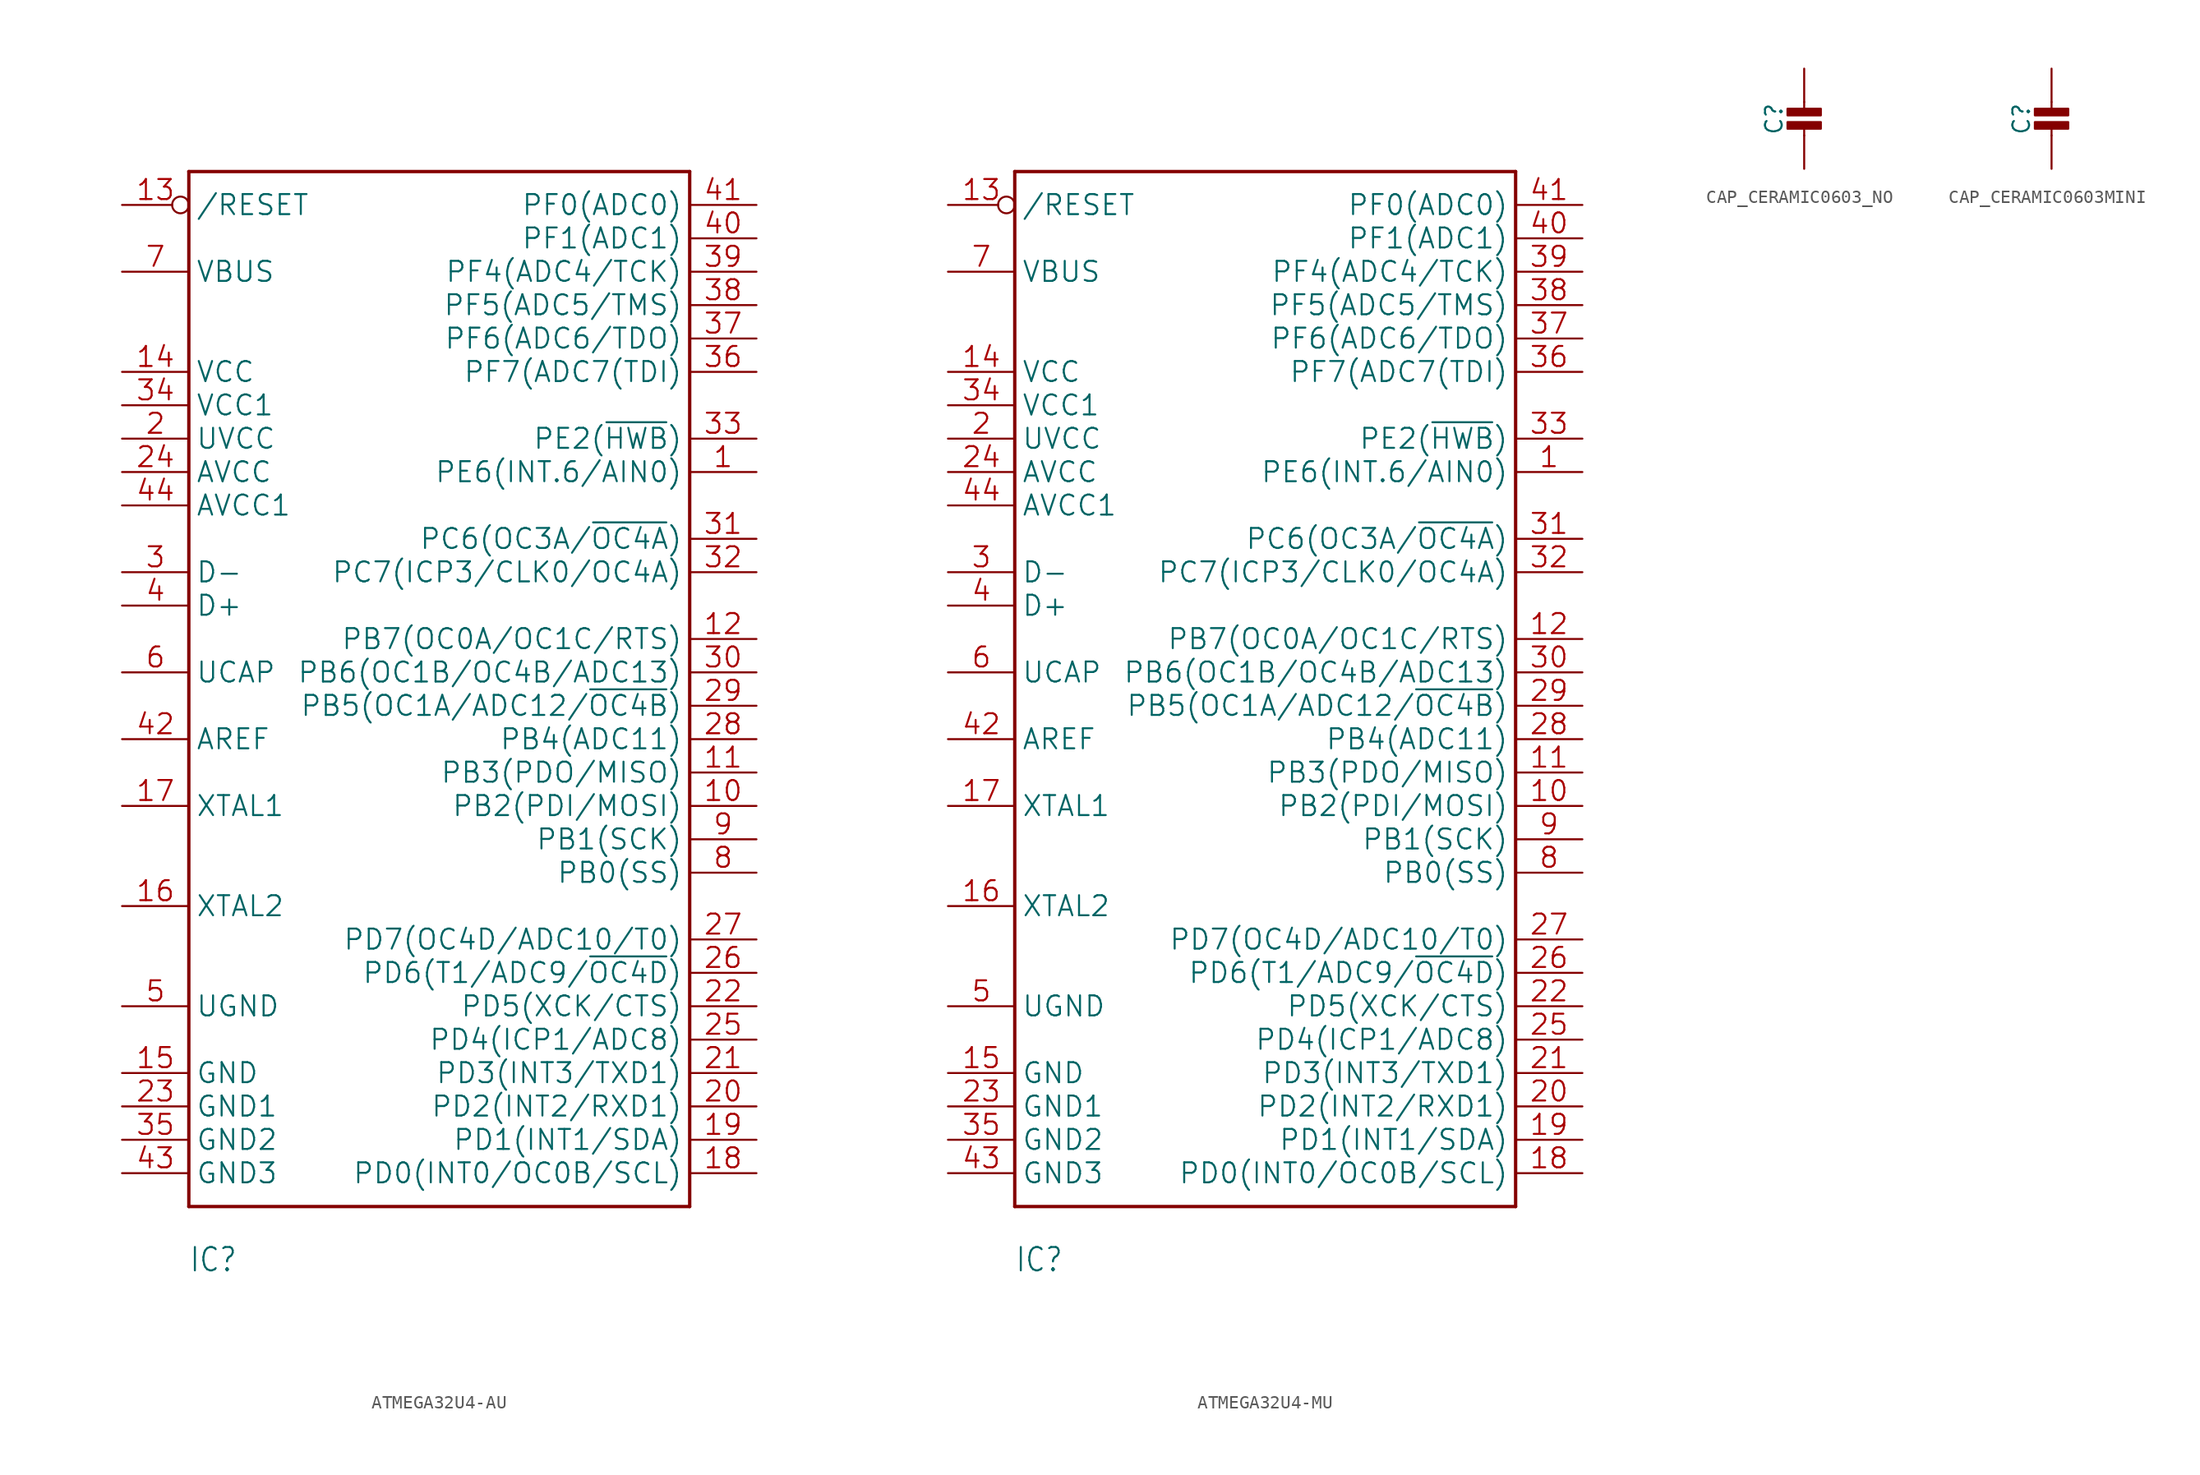
<source format=kicad_sym>
(kicad_symbol_lib
  (version 20241209)
  (generator "kicad_symbol_editor")
  (generator_version "9.0")
  (symbol "ATMEGA32U4-AU"
    (property "Reference" "IC"
      (at -17.78 -38.1 0)
      (effects (font (size 1.778 1.511)) (justify left bottom)))
    (property "Value" ""
      (at -5.08 45.72 0)
      (effects (font (size 1.778 1.511)) (justify left bottom)))
    (property "ki_locked" ""
      (at 0 0 0)
      (effects (font (size 1.27 1.27))))
    (symbol "ATMEGA32U4-AU_1_0"
      (polyline (pts (xy -17.78 45.72) (xy 20.32 45.72)) (stroke (width 0.254) (type solid)) (fill (type none)))
      (polyline (pts (xy -17.78 -33.02) (xy -17.78 45.72)) (stroke (width 0.254) (type solid)) (fill (type none)))
      (polyline (pts (xy 20.32 45.72) (xy 20.32 -33.02)) (stroke (width 0.254) (type solid)) (fill (type none)))
      (polyline (pts (xy 20.32 -33.02) (xy -17.78 -33.02)) (stroke (width 0.254) (type solid)) (fill (type none)))
      (pin bidirectional inverted (at -22.86 43.18 0) (length 5.08) (name "/RESET" (effects (font (size 1.524 1.524)))) (number "13" (effects (font (size 1.524 1.524)))))
      (pin bidirectional line (at -22.86 38.1 0) (length 5.08) (name "VBUS" (effects (font (size 1.524 1.524)))) (number "7" (effects (font (size 1.524 1.524)))))
      (pin bidirectional line (at -22.86 30.48 0) (length 5.08) (name "VCC" (effects (font (size 1.524 1.524)))) (number "14" (effects (font (size 1.524 1.524)))))
      (pin bidirectional line (at -22.86 27.94 0) (length 5.08) (name "VCC1" (effects (font (size 1.524 1.524)))) (number "34" (effects (font (size 1.524 1.524)))))
      (pin bidirectional line (at -22.86 25.4 0) (length 5.08) (name "UVCC" (effects (font (size 1.524 1.524)))) (number "2" (effects (font (size 1.524 1.524)))))
      (pin bidirectional line (at -22.86 22.86 0) (length 5.08) (name "AVCC" (effects (font (size 1.524 1.524)))) (number "24" (effects (font (size 1.524 1.524)))))
      (pin bidirectional line (at -22.86 20.32 0) (length 5.08) (name "AVCC1" (effects (font (size 1.524 1.524)))) (number "44" (effects (font (size 1.524 1.524)))))
      (pin bidirectional line (at -22.86 15.24 0) (length 5.08) (name "D-" (effects (font (size 1.524 1.524)))) (number "3" (effects (font (size 1.524 1.524)))))
      (pin bidirectional line (at -22.86 12.7 0) (length 5.08) (name "D+" (effects (font (size 1.524 1.524)))) (number "4" (effects (font (size 1.524 1.524)))))
      (pin bidirectional line (at -22.86 7.62 0) (length 5.08) (name "UCAP" (effects (font (size 1.524 1.524)))) (number "6" (effects (font (size 1.524 1.524)))))
      (pin bidirectional line (at -22.86 2.54 0) (length 5.08) (name "AREF" (effects (font (size 1.524 1.524)))) (number "42" (effects (font (size 1.524 1.524)))))
      (pin bidirectional line (at -22.86 -2.54 0) (length 5.08) (name "XTAL1" (effects (font (size 1.524 1.524)))) (number "17" (effects (font (size 1.524 1.524)))))
      (pin bidirectional line (at -22.86 -10.16 0) (length 5.08) (name "XTAL2" (effects (font (size 1.524 1.524)))) (number "16" (effects (font (size 1.524 1.524)))))
      (pin bidirectional line (at -22.86 -17.78 0) (length 5.08) (name "UGND" (effects (font (size 1.524 1.524)))) (number "5" (effects (font (size 1.524 1.524)))))
      (pin bidirectional line (at -22.86 -22.86 0) (length 5.08) (name "GND" (effects (font (size 1.524 1.524)))) (number "15" (effects (font (size 1.524 1.524)))))
      (pin bidirectional line (at -22.86 -25.4 0) (length 5.08) (name "GND1" (effects (font (size 1.524 1.524)))) (number "23" (effects (font (size 1.524 1.524)))))
      (pin bidirectional line (at -22.86 -27.94 0) (length 5.08) (name "GND2" (effects (font (size 1.524 1.524)))) (number "35" (effects (font (size 1.524 1.524)))))
      (pin bidirectional line (at -22.86 -30.48 0) (length 5.08) (name "GND3" (effects (font (size 1.524 1.524)))) (number "43" (effects (font (size 1.524 1.524)))))
      (pin bidirectional line (at 25.4 43.18 180) (length 5.08) (name "PF0(ADC0)" (effects (font (size 1.524 1.524)))) (number "41" (effects (font (size 1.524 1.524)))))
      (pin bidirectional line (at 25.4 40.64 180) (length 5.08) (name "PF1(ADC1)" (effects (font (size 1.524 1.524)))) (number "40" (effects (font (size 1.524 1.524)))))
      (pin bidirectional line (at 25.4 38.1 180) (length 5.08) (name "PF4(ADC4/TCK)" (effects (font (size 1.524 1.524)))) (number "39" (effects (font (size 1.524 1.524)))))
      (pin bidirectional line (at 25.4 35.56 180) (length 5.08) (name "PF5(ADC5/TMS)" (effects (font (size 1.524 1.524)))) (number "38" (effects (font (size 1.524 1.524)))))
      (pin bidirectional line (at 25.4 33.02 180) (length 5.08) (name "PF6(ADC6/TDO)" (effects (font (size 1.524 1.524)))) (number "37" (effects (font (size 1.524 1.524)))))
      (pin bidirectional line (at 25.4 30.48 180) (length 5.08) (name "PF7(ADC7(TDI)" (effects (font (size 1.524 1.524)))) (number "36" (effects (font (size 1.524 1.524)))))
      (pin bidirectional line (at 25.4 25.4 180) (length 5.08) (name "PE2(~{HWB})" (effects (font (size 1.524 1.524)))) (number "33" (effects (font (size 1.524 1.524)))))
      (pin bidirectional line (at 25.4 22.86 180) (length 5.08) (name "PE6(INT.6/AIN0)" (effects (font (size 1.524 1.524)))) (number "1" (effects (font (size 1.524 1.524)))))
      (pin bidirectional line (at 25.4 17.78 180) (length 5.08) (name "PC6(OC3A/~{OC4A})" (effects (font (size 1.524 1.524)))) (number "31" (effects (font (size 1.524 1.524)))))
      (pin bidirectional line (at 25.4 15.24 180) (length 5.08) (name "PC7(ICP3/CLK0/OC4A)" (effects (font (size 1.524 1.524)))) (number "32" (effects (font (size 1.524 1.524)))))
      (pin bidirectional line (at 25.4 10.16 180) (length 5.08) (name "PB7(OC0A/OC1C/RTS)" (effects (font (size 1.524 1.524)))) (number "12" (effects (font (size 1.524 1.524)))))
      (pin bidirectional line (at 25.4 7.62 180) (length 5.08) (name "PB6(OC1B/OC4B/ADC13)" (effects (font (size 1.524 1.524)))) (number "30" (effects (font (size 1.524 1.524)))))
      (pin bidirectional line (at 25.4 5.08 180) (length 5.08) (name "PB5(OC1A/ADC12/~{OC4B})" (effects (font (size 1.524 1.524)))) (number "29" (effects (font (size 1.524 1.524)))))
      (pin bidirectional line (at 25.4 2.54 180) (length 5.08) (name "PB4(ADC11)" (effects (font (size 1.524 1.524)))) (number "28" (effects (font (size 1.524 1.524)))))
      (pin bidirectional line (at 25.4 0 180) (length 5.08) (name "PB3(PDO/MISO)" (effects (font (size 1.524 1.524)))) (number "11" (effects (font (size 1.524 1.524)))))
      (pin bidirectional line (at 25.4 -2.54 180) (length 5.08) (name "PB2(PDI/MOSI)" (effects (font (size 1.524 1.524)))) (number "10" (effects (font (size 1.524 1.524)))))
      (pin bidirectional line (at 25.4 -5.08 180) (length 5.08) (name "PB1(SCK)" (effects (font (size 1.524 1.524)))) (number "9" (effects (font (size 1.524 1.524)))))
      (pin bidirectional line (at 25.4 -7.62 180) (length 5.08) (name "PB0(SS)" (effects (font (size 1.524 1.524)))) (number "8" (effects (font (size 1.524 1.524)))))
      (pin bidirectional line (at 25.4 -12.7 180) (length 5.08) (name "PD7(OC4D/ADC10/T0)" (effects (font (size 1.524 1.524)))) (number "27" (effects (font (size 1.524 1.524)))))
      (pin bidirectional line (at 25.4 -15.24 180) (length 5.08) (name "PD6(T1/ADC9/~{OC4D})" (effects (font (size 1.524 1.524)))) (number "26" (effects (font (size 1.524 1.524)))))
      (pin bidirectional line (at 25.4 -17.78 180) (length 5.08) (name "PD5(XCK/CTS)" (effects (font (size 1.524 1.524)))) (number "22" (effects (font (size 1.524 1.524)))))
      (pin bidirectional line (at 25.4 -20.32 180) (length 5.08) (name "PD4(ICP1/ADC8)" (effects (font (size 1.524 1.524)))) (number "25" (effects (font (size 1.524 1.524)))))
      (pin bidirectional line (at 25.4 -22.86 180) (length 5.08) (name "PD3(INT3/TXD1)" (effects (font (size 1.524 1.524)))) (number "21" (effects (font (size 1.524 1.524)))))
      (pin bidirectional line (at 25.4 -25.4 180) (length 5.08) (name "PD2(INT2/RXD1)" (effects (font (size 1.524 1.524)))) (number "20" (effects (font (size 1.524 1.524)))))
      (pin bidirectional line (at 25.4 -27.94 180) (length 5.08) (name "PD1(INT1/SDA)" (effects (font (size 1.524 1.524)))) (number "19" (effects (font (size 1.524 1.524)))))
      (pin bidirectional line (at 25.4 -30.48 180) (length 5.08) (name "PD0(INT0/OC0B/SCL)" (effects (font (size 1.524 1.524)))) (number "18" (effects (font (size 1.524 1.524)))))))
  (symbol "ATMEGA32U4-MU"
    (property "Reference" "IC"
      (at -17.78 -38.1 0)
      (effects (font (size 1.778 1.511)) (justify left bottom)))
    (property "Value" ""
      (at -5.08 45.72 0)
      (effects (font (size 1.778 1.511)) (justify left bottom)))
    (property "ki_locked" ""
      (at 0 0 0)
      (effects (font (size 1.27 1.27))))
    (symbol "ATMEGA32U4-MU_1_0"
      (polyline (pts (xy -17.78 45.72) (xy 20.32 45.72)) (stroke (width 0.254) (type solid)) (fill (type none)))
      (polyline (pts (xy -17.78 -33.02) (xy -17.78 45.72)) (stroke (width 0.254) (type solid)) (fill (type none)))
      (polyline (pts (xy 20.32 45.72) (xy 20.32 -33.02)) (stroke (width 0.254) (type solid)) (fill (type none)))
      (polyline (pts (xy 20.32 -33.02) (xy -17.78 -33.02)) (stroke (width 0.254) (type solid)) (fill (type none)))
      (pin bidirectional inverted (at -22.86 43.18 0) (length 5.08) (name "/RESET" (effects (font (size 1.524 1.524)))) (number "13" (effects (font (size 1.524 1.524)))))
      (pin bidirectional line (at -22.86 38.1 0) (length 5.08) (name "VBUS" (effects (font (size 1.524 1.524)))) (number "7" (effects (font (size 1.524 1.524)))))
      (pin bidirectional line (at -22.86 30.48 0) (length 5.08) (name "VCC" (effects (font (size 1.524 1.524)))) (number "14" (effects (font (size 1.524 1.524)))))
      (pin bidirectional line (at -22.86 27.94 0) (length 5.08) (name "VCC1" (effects (font (size 1.524 1.524)))) (number "34" (effects (font (size 1.524 1.524)))))
      (pin bidirectional line (at -22.86 25.4 0) (length 5.08) (name "UVCC" (effects (font (size 1.524 1.524)))) (number "2" (effects (font (size 1.524 1.524)))))
      (pin bidirectional line (at -22.86 22.86 0) (length 5.08) (name "AVCC" (effects (font (size 1.524 1.524)))) (number "24" (effects (font (size 1.524 1.524)))))
      (pin bidirectional line (at -22.86 20.32 0) (length 5.08) (name "AVCC1" (effects (font (size 1.524 1.524)))) (number "44" (effects (font (size 1.524 1.524)))))
      (pin bidirectional line (at -22.86 15.24 0) (length 5.08) (name "D-" (effects (font (size 1.524 1.524)))) (number "3" (effects (font (size 1.524 1.524)))))
      (pin bidirectional line (at -22.86 12.7 0) (length 5.08) (name "D+" (effects (font (size 1.524 1.524)))) (number "4" (effects (font (size 1.524 1.524)))))
      (pin bidirectional line (at -22.86 7.62 0) (length 5.08) (name "UCAP" (effects (font (size 1.524 1.524)))) (number "6" (effects (font (size 1.524 1.524)))))
      (pin bidirectional line (at -22.86 2.54 0) (length 5.08) (name "AREF" (effects (font (size 1.524 1.524)))) (number "42" (effects (font (size 1.524 1.524)))))
      (pin bidirectional line (at -22.86 -2.54 0) (length 5.08) (name "XTAL1" (effects (font (size 1.524 1.524)))) (number "17" (effects (font (size 1.524 1.524)))))
      (pin bidirectional line (at -22.86 -10.16 0) (length 5.08) (name "XTAL2" (effects (font (size 1.524 1.524)))) (number "16" (effects (font (size 1.524 1.524)))))
      (pin bidirectional line (at -22.86 -17.78 0) (length 5.08) (name "UGND" (effects (font (size 1.524 1.524)))) (number "5" (effects (font (size 1.524 1.524)))))
      (pin bidirectional line (at -22.86 -22.86 0) (length 5.08) (name "GND" (effects (font (size 1.524 1.524)))) (number "15" (effects (font (size 1.524 1.524)))))
      (pin bidirectional line (at -22.86 -25.4 0) (length 5.08) (name "GND1" (effects (font (size 1.524 1.524)))) (number "23" (effects (font (size 1.524 1.524)))))
      (pin bidirectional line (at -22.86 -27.94 0) (length 5.08) (name "GND2" (effects (font (size 1.524 1.524)))) (number "35" (effects (font (size 1.524 1.524)))))
      (pin bidirectional line (at -22.86 -30.48 0) (length 5.08) (name "GND3" (effects (font (size 1.524 1.524)))) (number "43" (effects (font (size 1.524 1.524)))))
      (pin bidirectional line (at 25.4 43.18 180) (length 5.08) (name "PF0(ADC0)" (effects (font (size 1.524 1.524)))) (number "41" (effects (font (size 1.524 1.524)))))
      (pin bidirectional line (at 25.4 40.64 180) (length 5.08) (name "PF1(ADC1)" (effects (font (size 1.524 1.524)))) (number "40" (effects (font (size 1.524 1.524)))))
      (pin bidirectional line (at 25.4 38.1 180) (length 5.08) (name "PF4(ADC4/TCK)" (effects (font (size 1.524 1.524)))) (number "39" (effects (font (size 1.524 1.524)))))
      (pin bidirectional line (at 25.4 35.56 180) (length 5.08) (name "PF5(ADC5/TMS)" (effects (font (size 1.524 1.524)))) (number "38" (effects (font (size 1.524 1.524)))))
      (pin bidirectional line (at 25.4 33.02 180) (length 5.08) (name "PF6(ADC6/TDO)" (effects (font (size 1.524 1.524)))) (number "37" (effects (font (size 1.524 1.524)))))
      (pin bidirectional line (at 25.4 30.48 180) (length 5.08) (name "PF7(ADC7(TDI)" (effects (font (size 1.524 1.524)))) (number "36" (effects (font (size 1.524 1.524)))))
      (pin bidirectional line (at 25.4 25.4 180) (length 5.08) (name "PE2(~{HWB})" (effects (font (size 1.524 1.524)))) (number "33" (effects (font (size 1.524 1.524)))))
      (pin bidirectional line (at 25.4 22.86 180) (length 5.08) (name "PE6(INT.6/AIN0)" (effects (font (size 1.524 1.524)))) (number "1" (effects (font (size 1.524 1.524)))))
      (pin bidirectional line (at 25.4 17.78 180) (length 5.08) (name "PC6(OC3A/~{OC4A})" (effects (font (size 1.524 1.524)))) (number "31" (effects (font (size 1.524 1.524)))))
      (pin bidirectional line (at 25.4 15.24 180) (length 5.08) (name "PC7(ICP3/CLK0/OC4A)" (effects (font (size 1.524 1.524)))) (number "32" (effects (font (size 1.524 1.524)))))
      (pin bidirectional line (at 25.4 10.16 180) (length 5.08) (name "PB7(OC0A/OC1C/RTS)" (effects (font (size 1.524 1.524)))) (number "12" (effects (font (size 1.524 1.524)))))
      (pin bidirectional line (at 25.4 7.62 180) (length 5.08) (name "PB6(OC1B/OC4B/ADC13)" (effects (font (size 1.524 1.524)))) (number "30" (effects (font (size 1.524 1.524)))))
      (pin bidirectional line (at 25.4 5.08 180) (length 5.08) (name "PB5(OC1A/ADC12/~{OC4B})" (effects (font (size 1.524 1.524)))) (number "29" (effects (font (size 1.524 1.524)))))
      (pin bidirectional line (at 25.4 2.54 180) (length 5.08) (name "PB4(ADC11)" (effects (font (size 1.524 1.524)))) (number "28" (effects (font (size 1.524 1.524)))))
      (pin bidirectional line (at 25.4 0 180) (length 5.08) (name "PB3(PDO/MISO)" (effects (font (size 1.524 1.524)))) (number "11" (effects (font (size 1.524 1.524)))))
      (pin bidirectional line (at 25.4 -2.54 180) (length 5.08) (name "PB2(PDI/MOSI)" (effects (font (size 1.524 1.524)))) (number "10" (effects (font (size 1.524 1.524)))))
      (pin bidirectional line (at 25.4 -5.08 180) (length 5.08) (name "PB1(SCK)" (effects (font (size 1.524 1.524)))) (number "9" (effects (font (size 1.524 1.524)))))
      (pin bidirectional line (at 25.4 -7.62 180) (length 5.08) (name "PB0(SS)" (effects (font (size 1.524 1.524)))) (number "8" (effects (font (size 1.524 1.524)))))
      (pin bidirectional line (at 25.4 -12.7 180) (length 5.08) (name "PD7(OC4D/ADC10/T0)" (effects (font (size 1.524 1.524)))) (number "27" (effects (font (size 1.524 1.524)))))
      (pin bidirectional line (at 25.4 -15.24 180) (length 5.08) (name "PD6(T1/ADC9/~{OC4D})" (effects (font (size 1.524 1.524)))) (number "26" (effects (font (size 1.524 1.524)))))
      (pin bidirectional line (at 25.4 -17.78 180) (length 5.08) (name "PD5(XCK/CTS)" (effects (font (size 1.524 1.524)))) (number "22" (effects (font (size 1.524 1.524)))))
      (pin bidirectional line (at 25.4 -20.32 180) (length 5.08) (name "PD4(ICP1/ADC8)" (effects (font (size 1.524 1.524)))) (number "25" (effects (font (size 1.524 1.524)))))
      (pin bidirectional line (at 25.4 -22.86 180) (length 5.08) (name "PD3(INT3/TXD1)" (effects (font (size 1.524 1.524)))) (number "21" (effects (font (size 1.524 1.524)))))
      (pin bidirectional line (at 25.4 -25.4 180) (length 5.08) (name "PD2(INT2/RXD1)" (effects (font (size 1.524 1.524)))) (number "20" (effects (font (size 1.524 1.524)))))
      (pin bidirectional line (at 25.4 -27.94 180) (length 5.08) (name "PD1(INT1/SDA)" (effects (font (size 1.524 1.524)))) (number "19" (effects (font (size 1.524 1.524)))))
      (pin bidirectional line (at 25.4 -30.48 180) (length 5.08) (name "PD0(INT0/OC0B/SCL)" (effects (font (size 1.524 1.524)))) (number "18" (effects (font (size 1.524 1.524)))))))
  (symbol "CAP_CERAMIC0603_NO"
    (property "Reference" "C"
      (at -2.29 1.25 90)
      (effects (font (size 1.27 1.27))))
    (property "Value" ""
      (at 2.3 1.25 90)
      (effects (font (size 1.27 1.27))))
    (property "ki_locked" ""
      (at 0 0 0)
      (effects (font (size 1.27 1.27))))
    (symbol "CAP_CERAMIC0603_NO_1_0"
      (rectangle (start -1.27 1.524) (end 1.27 2.032) (stroke (width 0) (type default)) (fill (type outline)))
      (rectangle (start -1.27 0.508) (end 1.27 1.016) (stroke (width 0) (type default)) (fill (type outline)))
      (polyline (pts (xy 0 2.54) (xy 0 1.778)) (stroke (width 0.152) (type solid)) (fill (type none)))
      (polyline (pts (xy 0 0.762) (xy 0 0)) (stroke (width 0.152) (type solid)) (fill (type none)))
      (pin passive line (at 0 5.08 270) (length 2.54) (name "1" (effects (font (size 0 0)))) (number "1" (effects (font (size 0 0)))))
      (pin passive line (at 0 -2.54 90) (length 2.54) (name "2" (effects (font (size 0 0)))) (number "2" (effects (font (size 0 0)))))))
  (symbol "CAP_CERAMIC0603MINI"
    (property "Reference" "C"
      (at -2.29 1.25 90)
      (effects (font (size 1.27 1.27))))
    (property "Value" ""
      (at 2.3 1.25 90)
      (effects (font (size 1.27 1.27))))
    (property "ki_locked" ""
      (at 0 0 0)
      (effects (font (size 1.27 1.27))))
    (symbol "CAP_CERAMIC0603MINI_1_0"
      (rectangle (start -1.27 1.524) (end 1.27 2.032) (stroke (width 0) (type default)) (fill (type outline)))
      (rectangle (start -1.27 0.508) (end 1.27 1.016) (stroke (width 0) (type default)) (fill (type outline)))
      (polyline (pts (xy 0 2.54) (xy 0 1.778)) (stroke (width 0.152) (type solid)) (fill (type none)))
      (polyline (pts (xy 0 0.762) (xy 0 0)) (stroke (width 0.152) (type solid)) (fill (type none)))
      (pin passive line (at 0 5.08 270) (length 2.54) (name "1" (effects (font (size 0 0)))) (number "1" (effects (font (size 0 0)))))
      (pin passive line (at 0 -2.54 90) (length 2.54) (name "2" (effects (font (size 0 0)))) (number "2" (effects (font (size 0 0))))))))
</source>
